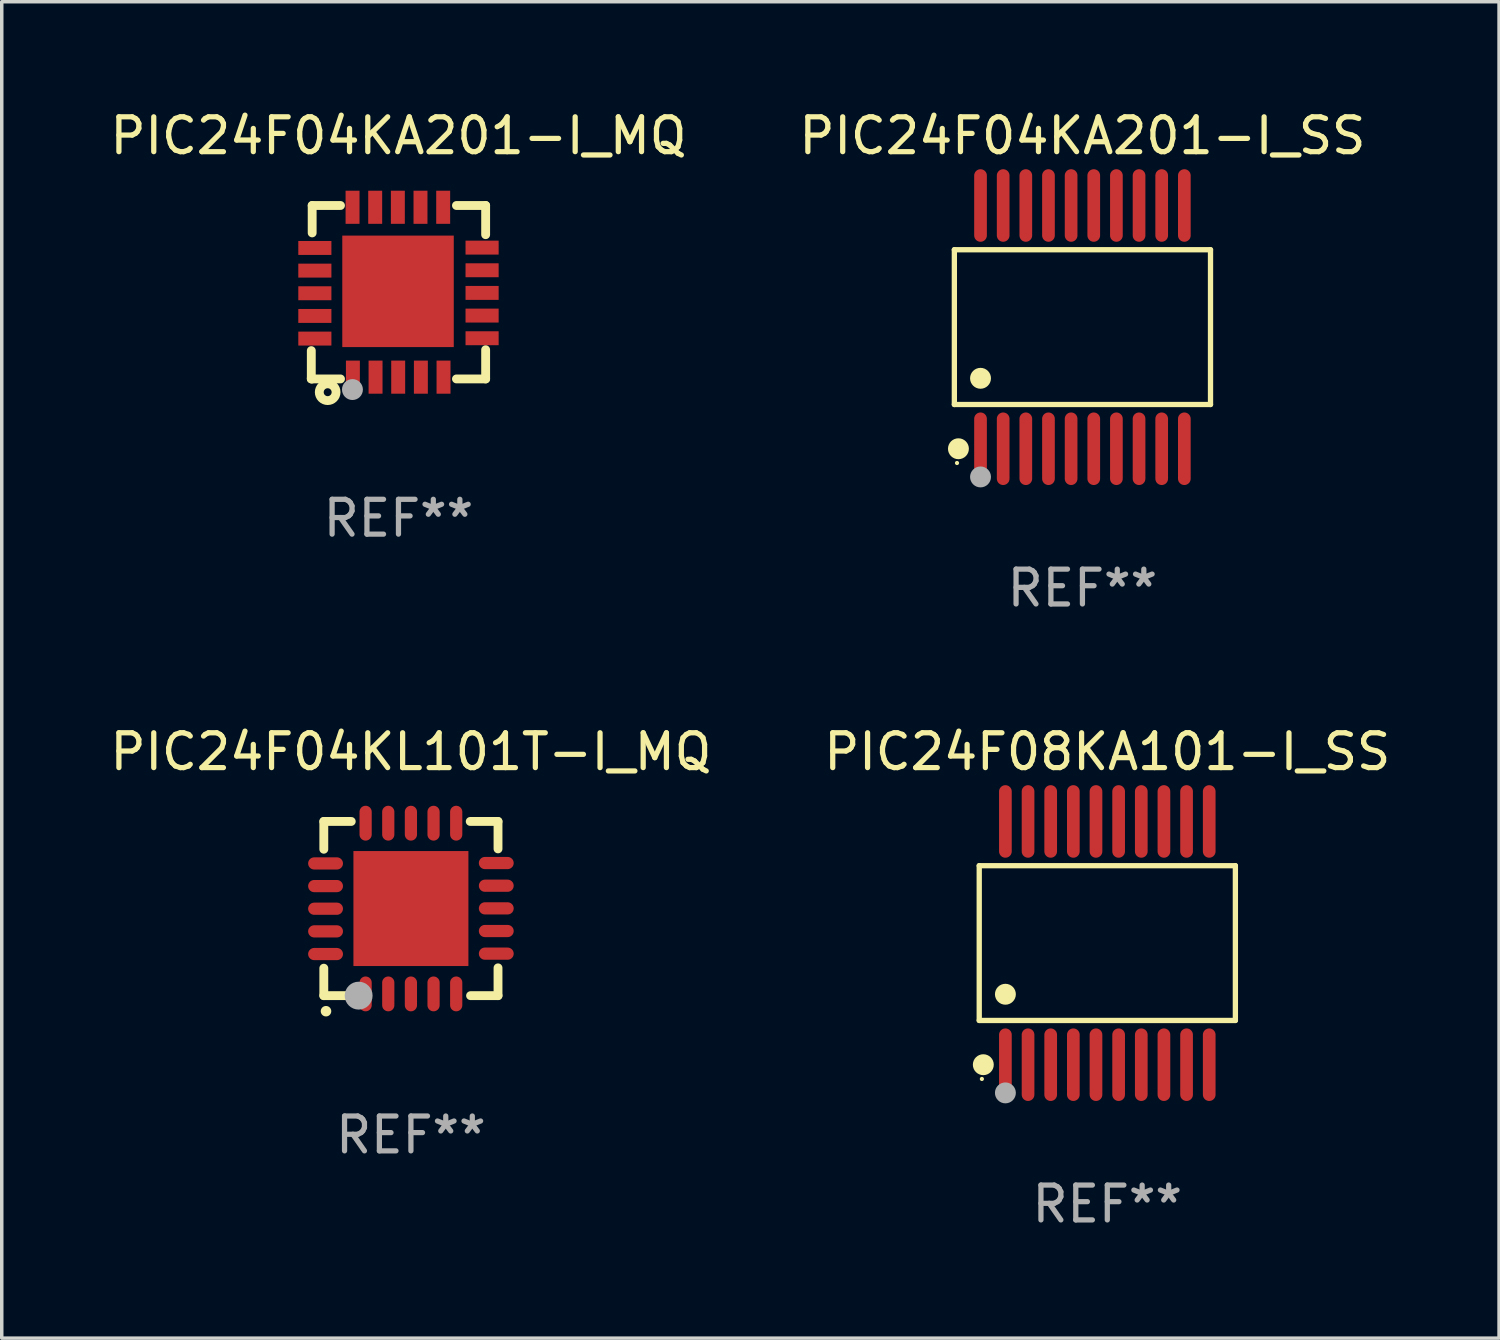
<source format=kicad_pcb>
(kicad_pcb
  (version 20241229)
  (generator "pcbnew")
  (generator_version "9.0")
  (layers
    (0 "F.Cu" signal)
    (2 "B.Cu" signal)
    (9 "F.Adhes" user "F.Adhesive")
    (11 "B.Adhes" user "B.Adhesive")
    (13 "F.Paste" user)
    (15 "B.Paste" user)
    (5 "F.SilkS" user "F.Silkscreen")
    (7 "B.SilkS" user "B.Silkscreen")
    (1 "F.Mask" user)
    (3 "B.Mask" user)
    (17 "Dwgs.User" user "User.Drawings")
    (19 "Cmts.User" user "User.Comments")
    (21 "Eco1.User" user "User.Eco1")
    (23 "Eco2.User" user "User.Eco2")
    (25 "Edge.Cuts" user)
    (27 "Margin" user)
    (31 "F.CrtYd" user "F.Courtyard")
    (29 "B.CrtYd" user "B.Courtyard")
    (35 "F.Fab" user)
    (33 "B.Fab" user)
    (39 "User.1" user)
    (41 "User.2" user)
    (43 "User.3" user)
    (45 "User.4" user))
  (footprint "PIC24F04KA201-I_SS"
    (layer "F.Cu")
    (at 28.018 6.339)
    (property "Reference" "PIC24F04KA201-I_SS" (at 0 -5.491 0) (layer "F.SilkS") (effects (font (size 1 1) (thickness 0.15))))
    (attr through_hole)
    (fp_line (start -3.676 -2.221) (end 3.676 -2.221) (stroke (width 0.152) (type solid)) (layer "F.SilkS"))
    (fp_line (start -3.676 2.221) (end -3.676 -2.221) (stroke (width 0.152) (type solid)) (layer "F.SilkS"))
    (fp_line (start 3.676 -2.221) (end 3.676 2.221) (stroke (width 0.152) (type solid)) (layer "F.SilkS"))
    (fp_line (start 3.676 2.221) (end -3.676 2.221) (stroke (width 0.152) (type solid)) (layer "F.SilkS"))
    (fp_circle (center -3.6 3.9) (end -3.57 3.9) (stroke (width 0.06) (type solid)) (fill no) (layer "F.SilkS"))
    (fp_circle (center -3.559 3.491) (end -3.409 3.491) (stroke (width 0.3) (type solid)) (fill no) (layer "F.SilkS"))
    (fp_circle (center -2.925 1.469) (end -2.775 1.469) (stroke (width 0.3) (type solid)) (fill no) (layer "F.SilkS"))
    (fp_circle (center -2.925 4.3) (end -2.775 4.3) (stroke (width 0.3) (type solid)) (fill no) (layer "F.Fab"))
    (fp_text user "REF**" (at 0 7.491 0) (layer "F.Fab") (effects (font (size 1 1) (thickness 0.15))))
    (pad "1" smd oval (at -2.925 3.491) (size 0.364 2.082) (layers "F.Cu" "F.Mask" "F.Paste"))
    (pad "2" smd oval (at -2.275 3.491) (size 0.364 2.082) (layers "F.Cu" "F.Mask" "F.Paste"))
    (pad "3" smd oval (at -1.625 3.491) (size 0.364 2.082) (layers "F.Cu" "F.Mask" "F.Paste"))
    (pad "4" smd oval (at -0.975 3.491) (size 0.364 2.082) (layers "F.Cu" "F.Mask" "F.Paste"))
    (pad "5" smd oval (at -0.325 3.491) (size 0.364 2.082) (layers "F.Cu" "F.Mask" "F.Paste"))
    (pad "6" smd oval (at 0.325 3.491) (size 0.364 2.082) (layers "F.Cu" "F.Mask" "F.Paste"))
    (pad "7" smd oval (at 0.975 3.491) (size 0.364 2.082) (layers "F.Cu" "F.Mask" "F.Paste"))
    (pad "8" smd oval (at 1.625 3.491) (size 0.364 2.082) (layers "F.Cu" "F.Mask" "F.Paste"))
    (pad "9" smd oval (at 2.275 3.491) (size 0.364 2.082) (layers "F.Cu" "F.Mask" "F.Paste"))
    (pad "10" smd oval (at 2.925 3.491) (size 0.364 2.082) (layers "F.Cu" "F.Mask" "F.Paste"))
    (pad "11" smd oval (at 2.925 -3.491) (size 0.364 2.082) (layers "F.Cu" "F.Mask" "F.Paste"))
    (pad "12" smd oval (at 2.275 -3.491) (size 0.364 2.082) (layers "F.Cu" "F.Mask" "F.Paste"))
    (pad "13" smd oval (at 1.625 -3.491) (size 0.364 2.082) (layers "F.Cu" "F.Mask" "F.Paste"))
    (pad "14" smd oval (at 0.975 -3.491) (size 0.364 2.082) (layers "F.Cu" "F.Mask" "F.Paste"))
    (pad "15" smd oval (at 0.325 -3.491) (size 0.364 2.082) (layers "F.Cu" "F.Mask" "F.Paste"))
    (pad "16" smd oval (at -0.325 -3.491) (size 0.364 2.082) (layers "F.Cu" "F.Mask" "F.Paste"))
    (pad "17" smd oval (at -0.975 -3.491) (size 0.364 2.082) (layers "F.Cu" "F.Mask" "F.Paste"))
    (pad "18" smd oval (at -1.625 -3.491) (size 0.364 2.082) (layers "F.Cu" "F.Mask" "F.Paste"))
    (pad "19" smd oval (at -2.275 -3.491) (size 0.364 2.082) (layers "F.Cu" "F.Mask" "F.Paste"))
    (pad "20" smd oval (at -2.925 -3.491) (size 0.364 2.082) (layers "F.Cu" "F.Mask" "F.Paste")))
  (footprint "PIC24F08KA101-I_SS"
    (layer "F.Cu")
    (at 28.732 24.018)
    (property "Reference" "PIC24F08KA101-I_SS" (at 0 -5.491 0) (layer "F.SilkS") (effects (font (size 1 1) (thickness 0.15))))
    (attr through_hole)
    (fp_line (start -3.676 -2.221) (end 3.676 -2.221) (stroke (width 0.152) (type solid)) (layer "F.SilkS"))
    (fp_line (start -3.676 2.221) (end -3.676 -2.221) (stroke (width 0.152) (type solid)) (layer "F.SilkS"))
    (fp_line (start 3.676 -2.221) (end 3.676 2.221) (stroke (width 0.152) (type solid)) (layer "F.SilkS"))
    (fp_line (start 3.676 2.221) (end -3.676 2.221) (stroke (width 0.152) (type solid)) (layer "F.SilkS"))
    (fp_circle (center -3.6 3.9) (end -3.57 3.9) (stroke (width 0.06) (type solid)) (fill no) (layer "F.SilkS"))
    (fp_circle (center -3.559 3.491) (end -3.409 3.491) (stroke (width 0.3) (type solid)) (fill no) (layer "F.SilkS"))
    (fp_circle (center -2.925 1.469) (end -2.775 1.469) (stroke (width 0.3) (type solid)) (fill no) (layer "F.SilkS"))
    (fp_circle (center -2.925 4.3) (end -2.775 4.3) (stroke (width 0.3) (type solid)) (fill no) (layer "F.Fab"))
    (fp_text user "REF**" (at 0 7.491 0) (layer "F.Fab") (effects (font (size 1 1) (thickness 0.15))))
    (pad "1" smd oval (at -2.925 3.491) (size 0.364 2.082) (layers "F.Cu" "F.Mask" "F.Paste"))
    (pad "2" smd oval (at -2.275 3.491) (size 0.364 2.082) (layers "F.Cu" "F.Mask" "F.Paste"))
    (pad "3" smd oval (at -1.625 3.491) (size 0.364 2.082) (layers "F.Cu" "F.Mask" "F.Paste"))
    (pad "4" smd oval (at -0.975 3.491) (size 0.364 2.082) (layers "F.Cu" "F.Mask" "F.Paste"))
    (pad "5" smd oval (at -0.325 3.491) (size 0.364 2.082) (layers "F.Cu" "F.Mask" "F.Paste"))
    (pad "6" smd oval (at 0.325 3.491) (size 0.364 2.082) (layers "F.Cu" "F.Mask" "F.Paste"))
    (pad "7" smd oval (at 0.975 3.491) (size 0.364 2.082) (layers "F.Cu" "F.Mask" "F.Paste"))
    (pad "8" smd oval (at 1.625 3.491) (size 0.364 2.082) (layers "F.Cu" "F.Mask" "F.Paste"))
    (pad "9" smd oval (at 2.275 3.491) (size 0.364 2.082) (layers "F.Cu" "F.Mask" "F.Paste"))
    (pad "10" smd oval (at 2.925 3.491) (size 0.364 2.082) (layers "F.Cu" "F.Mask" "F.Paste"))
    (pad "11" smd oval (at 2.925 -3.491) (size 0.364 2.082) (layers "F.Cu" "F.Mask" "F.Paste"))
    (pad "12" smd oval (at 2.275 -3.491) (size 0.364 2.082) (layers "F.Cu" "F.Mask" "F.Paste"))
    (pad "13" smd oval (at 1.625 -3.491) (size 0.364 2.082) (layers "F.Cu" "F.Mask" "F.Paste"))
    (pad "14" smd oval (at 0.975 -3.491) (size 0.364 2.082) (layers "F.Cu" "F.Mask" "F.Paste"))
    (pad "15" smd oval (at 0.325 -3.491) (size 0.364 2.082) (layers "F.Cu" "F.Mask" "F.Paste"))
    (pad "16" smd oval (at -0.325 -3.491) (size 0.364 2.082) (layers "F.Cu" "F.Mask" "F.Paste"))
    (pad "17" smd oval (at -0.975 -3.491) (size 0.364 2.082) (layers "F.Cu" "F.Mask" "F.Paste"))
    (pad "18" smd oval (at -1.625 -3.491) (size 0.364 2.082) (layers "F.Cu" "F.Mask" "F.Paste"))
    (pad "19" smd oval (at -2.275 -3.491) (size 0.364 2.082) (layers "F.Cu" "F.Mask" "F.Paste"))
    (pad "20" smd oval (at -2.925 -3.491) (size 0.364 2.082) (layers "F.Cu" "F.Mask" "F.Paste")))
  (footprint "PIC24F04KA201-I_MQ"
    (layer "F.Cu")
    (at 8.387 5.337)
    (property "Reference" "PIC24F04KA201-I_MQ" (at 0 -4.489 0) (layer "F.SilkS") (effects (font (size 1 1) (thickness 0.15))))
    (attr through_hole)
    (fp_line (start -2.502 1.676) (end -2.502 2.464) (stroke (width 0.254) (type solid)) (layer "F.SilkS"))
    (fp_line (start -2.502 2.464) (end -2.502 2.489) (stroke (width 0.254) (type solid)) (layer "F.SilkS"))
    (fp_line (start -2.502 2.489) (end -2.477 2.489) (stroke (width 0.254) (type solid)) (layer "F.SilkS"))
    (fp_line (start -2.477 -2.489) (end -2.477 -1.702) (stroke (width 0.254) (type solid)) (layer "F.SilkS"))
    (fp_line (start -2.477 2.489) (end -1.664 2.489) (stroke (width 0.254) (type solid)) (layer "F.SilkS"))
    (fp_line (start -1.664 -2.489) (end -2.477 -2.489) (stroke (width 0.254) (type solid)) (layer "F.SilkS"))
    (fp_line (start 1.664 -2.489) (end 2.502 -2.489) (stroke (width 0.254) (type solid)) (layer "F.SilkS"))
    (fp_line (start 2.502 -2.489) (end 2.502 -1.651) (stroke (width 0.254) (type solid)) (layer "F.SilkS"))
    (fp_line (start 2.502 1.651) (end 2.502 2.489) (stroke (width 0.254) (type solid)) (layer "F.SilkS"))
    (fp_line (start 2.502 2.489) (end 1.664 2.489) (stroke (width 0.254) (type solid)) (layer "F.SilkS"))
    (fp_circle (center -2.5 2.5) (end -2.47 2.5) (stroke (width 0.06) (type solid)) (fill no) (layer "F.SilkS"))
    (fp_circle (center -2.032 2.87) (end -1.918 2.87) (stroke (width 0.254) (type solid)) (fill no) (layer "F.SilkS"))
    (fp_circle (center -1.321 2.794) (end -1.171 2.794) (stroke (width 0.3) (type solid)) (fill no) (layer "F.Fab"))
    (fp_text user "REF**" (at 0 6.489 0) (layer "F.Fab") (effects (font (size 1 1) (thickness 0.15))))
    (pad "1" smd rect (at -1.308 2.438) (size 0.4 0.95) (layers "F.Cu" "F.Mask" "F.Paste"))
    (pad "2" smd rect (at -0.658 2.438) (size 0.4 0.95) (layers "F.Cu" "F.Mask" "F.Paste"))
    (pad "3" smd rect (at -0.008 2.438) (size 0.4 0.95) (layers "F.Cu" "F.Mask" "F.Paste"))
    (pad "4" smd rect (at 0.643 2.438) (size 0.4 0.95) (layers "F.Cu" "F.Mask" "F.Paste"))
    (pad "5" smd rect (at 1.293 2.438) (size 0.4 0.95) (layers "F.Cu" "F.Mask" "F.Paste"))
    (pad "6" smd rect (at 2.4 1.321) (size 0.95 0.4) (layers "F.Cu" "F.Mask" "F.Paste"))
    (pad "7" smd rect (at 2.4 0.671) (size 0.95 0.4) (layers "F.Cu" "F.Mask" "F.Paste"))
    (pad "8" smd rect (at 2.4 0.02) (size 0.95 0.4) (layers "F.Cu" "F.Mask" "F.Paste"))
    (pad "9" smd rect (at 2.4 -0.63) (size 0.95 0.4) (layers "F.Cu" "F.Mask" "F.Paste"))
    (pad "10" smd rect (at 2.4 -1.28) (size 0.95 0.4) (layers "F.Cu" "F.Mask" "F.Paste"))
    (pad "11" smd rect (at 1.283 -2.438) (size 0.4 0.95) (layers "F.Cu" "F.Mask" "F.Paste"))
    (pad "12" smd rect (at 0.632 -2.438) (size 0.4 0.95) (layers "F.Cu" "F.Mask" "F.Paste"))
    (pad "13" smd rect (at -0.018 -2.438) (size 0.4 0.95) (layers "F.Cu" "F.Mask" "F.Paste"))
    (pad "14" smd rect (at -0.668 -2.438) (size 0.4 0.95) (layers "F.Cu" "F.Mask" "F.Paste"))
    (pad "15" smd rect (at -1.318 -2.438) (size 0.4 0.95) (layers "F.Cu" "F.Mask" "F.Paste"))
    (pad "16" smd rect (at -2.4 -1.27) (size 0.95 0.4) (layers "F.Cu" "F.Mask" "F.Paste"))
    (pad "17" smd rect (at -2.4 -0.62) (size 0.95 0.4) (layers "F.Cu" "F.Mask" "F.Paste"))
    (pad "18" smd rect (at -2.4 0.03) (size 0.95 0.4) (layers "F.Cu" "F.Mask" "F.Paste"))
    (pad "19" smd rect (at -2.4 0.681) (size 0.95 0.4) (layers "F.Cu" "F.Mask" "F.Paste"))
    (pad "20" smd rect (at -2.4 1.331) (size 0.95 0.4) (layers "F.Cu" "F.Mask" "F.Paste"))
    (pad "21" smd rect (at -0.013 -0.025 270) (size 3.2 3.2) (layers "F.Cu" "F.Mask" "F.Paste")))
  (footprint "PIC24F04KL101T-I_MQ"
    (layer "F.Cu")
    (at 8.744 23.027)
    (property "Reference" "PIC24F04KL101T-I_MQ" (at 0 -4.5 0) (layer "F.SilkS") (effects (font (size 1 1) (thickness 0.15))))
    (attr through_hole)
    (fp_line (start -2.5 -2.5) (end -1.712 -2.5) (stroke (width 0.254) (type solid)) (layer "F.SilkS"))
    (fp_line (start -2.5 -1.702) (end -2.5 -2.5) (stroke (width 0.254) (type solid)) (layer "F.SilkS"))
    (fp_line (start -2.5 2.5) (end -2.5 1.712) (stroke (width 0.254) (type solid)) (layer "F.SilkS"))
    (fp_line (start -1.702 2.5) (end -2.5 2.5) (stroke (width 0.254) (type solid)) (layer "F.SilkS"))
    (fp_line (start 1.702 -2.5) (end 2.5 -2.5) (stroke (width 0.254) (type solid)) (layer "F.SilkS"))
    (fp_line (start 2.5 -2.5) (end 2.5 -1.712) (stroke (width 0.254) (type solid)) (layer "F.SilkS"))
    (fp_line (start 2.5 1.702) (end 2.5 2.5) (stroke (width 0.254) (type solid)) (layer "F.SilkS"))
    (fp_line (start 2.5 2.5) (end 1.712 2.5) (stroke (width 0.254) (type solid)) (layer "F.SilkS"))
    (fp_arc (start -2.438405 2.946406) (mid -2.437135 2.946401) (end -2.435865 2.946406) (stroke (width 0.3) (type solid)) (layer "F.SilkS"))
    (fp_circle (center -2.5 2.5) (end -2.45 2.5) (stroke (width 0.1) (type solid)) (fill no) (layer "F.SilkS"))
    (fp_circle (center -1.5 2.5) (end -1.3 2.5) (stroke (width 0.4) (type solid)) (fill no) (layer "F.Fab"))
    (fp_text user "REF**" (at 0 6.5 0) (layer "F.Fab") (effects (font (size 1 1) (thickness 0.15))))
    (pad "1" smd oval (at -1.3 2.45) (size 0.35 1) (layers "F.Cu" "F.Mask" "F.Paste"))
    (pad "2" smd oval (at -0.65 2.45) (size 0.35 1) (layers "F.Cu" "F.Mask" "F.Paste"))
    (pad "3" smd oval (at 0 2.45) (size 0.35 1) (layers "F.Cu" "F.Mask" "F.Paste"))
    (pad "4" smd oval (at 0.65 2.45) (size 0.35 1) (layers "F.Cu" "F.Mask" "F.Paste"))
    (pad "5" smd oval (at 1.3 2.45) (size 0.35 1) (layers "F.Cu" "F.Mask" "F.Paste"))
    (pad "6" smd oval (at 2.45 1.295) (size 1 0.35) (layers "F.Cu" "F.Mask" "F.Paste"))
    (pad "7" smd oval (at 2.45 0.645) (size 1 0.35) (layers "F.Cu" "F.Mask" "F.Paste"))
    (pad "8" smd oval (at 2.45 -0.005) (size 1 0.35) (layers "F.Cu" "F.Mask" "F.Paste"))
    (pad "9" smd oval (at 2.45 -0.655) (size 1 0.35) (layers "F.Cu" "F.Mask" "F.Paste"))
    (pad "10" smd oval (at 2.45 -1.306) (size 1 0.35) (layers "F.Cu" "F.Mask" "F.Paste"))
    (pad "11" smd oval (at 1.3 -2.45) (size 0.35 1) (layers "F.Cu" "F.Mask" "F.Paste"))
    (pad "12" smd oval (at 0.65 -2.45) (size 0.35 1) (layers "F.Cu" "F.Mask" "F.Paste"))
    (pad "13" smd oval (at 0 -2.45) (size 0.35 1) (layers "F.Cu" "F.Mask" "F.Paste"))
    (pad "14" smd oval (at -0.65 -2.45) (size 0.35 1) (layers "F.Cu" "F.Mask" "F.Paste"))
    (pad "15" smd oval (at -1.3 -2.45) (size 0.35 1) (layers "F.Cu" "F.Mask" "F.Paste"))
    (pad "16" smd oval (at -2.45 -1.295) (size 1 0.35) (layers "F.Cu" "F.Mask" "F.Paste"))
    (pad "17" smd oval (at -2.45 -0.645) (size 1 0.35) (layers "F.Cu" "F.Mask" "F.Paste"))
    (pad "18" smd oval (at -2.45 0.005) (size 1 0.35) (layers "F.Cu" "F.Mask" "F.Paste"))
    (pad "19" smd oval (at -2.45 0.655) (size 1 0.35) (layers "F.Cu" "F.Mask" "F.Paste"))
    (pad "20" smd oval (at -2.45 1.306) (size 1 0.35) (layers "F.Cu" "F.Mask" "F.Paste"))
    (pad "21" smd rect (at 0 0) (size 3.3 3.3) (layers "F.Cu" "F.Mask" "F.Paste")))
  (gr_rect
    (start -3 -3)
    (end 39.976 35.357)
    (stroke (width 0.1) (type default))
    (fill no)
    (layer "Edge.Cuts")))
</source>
